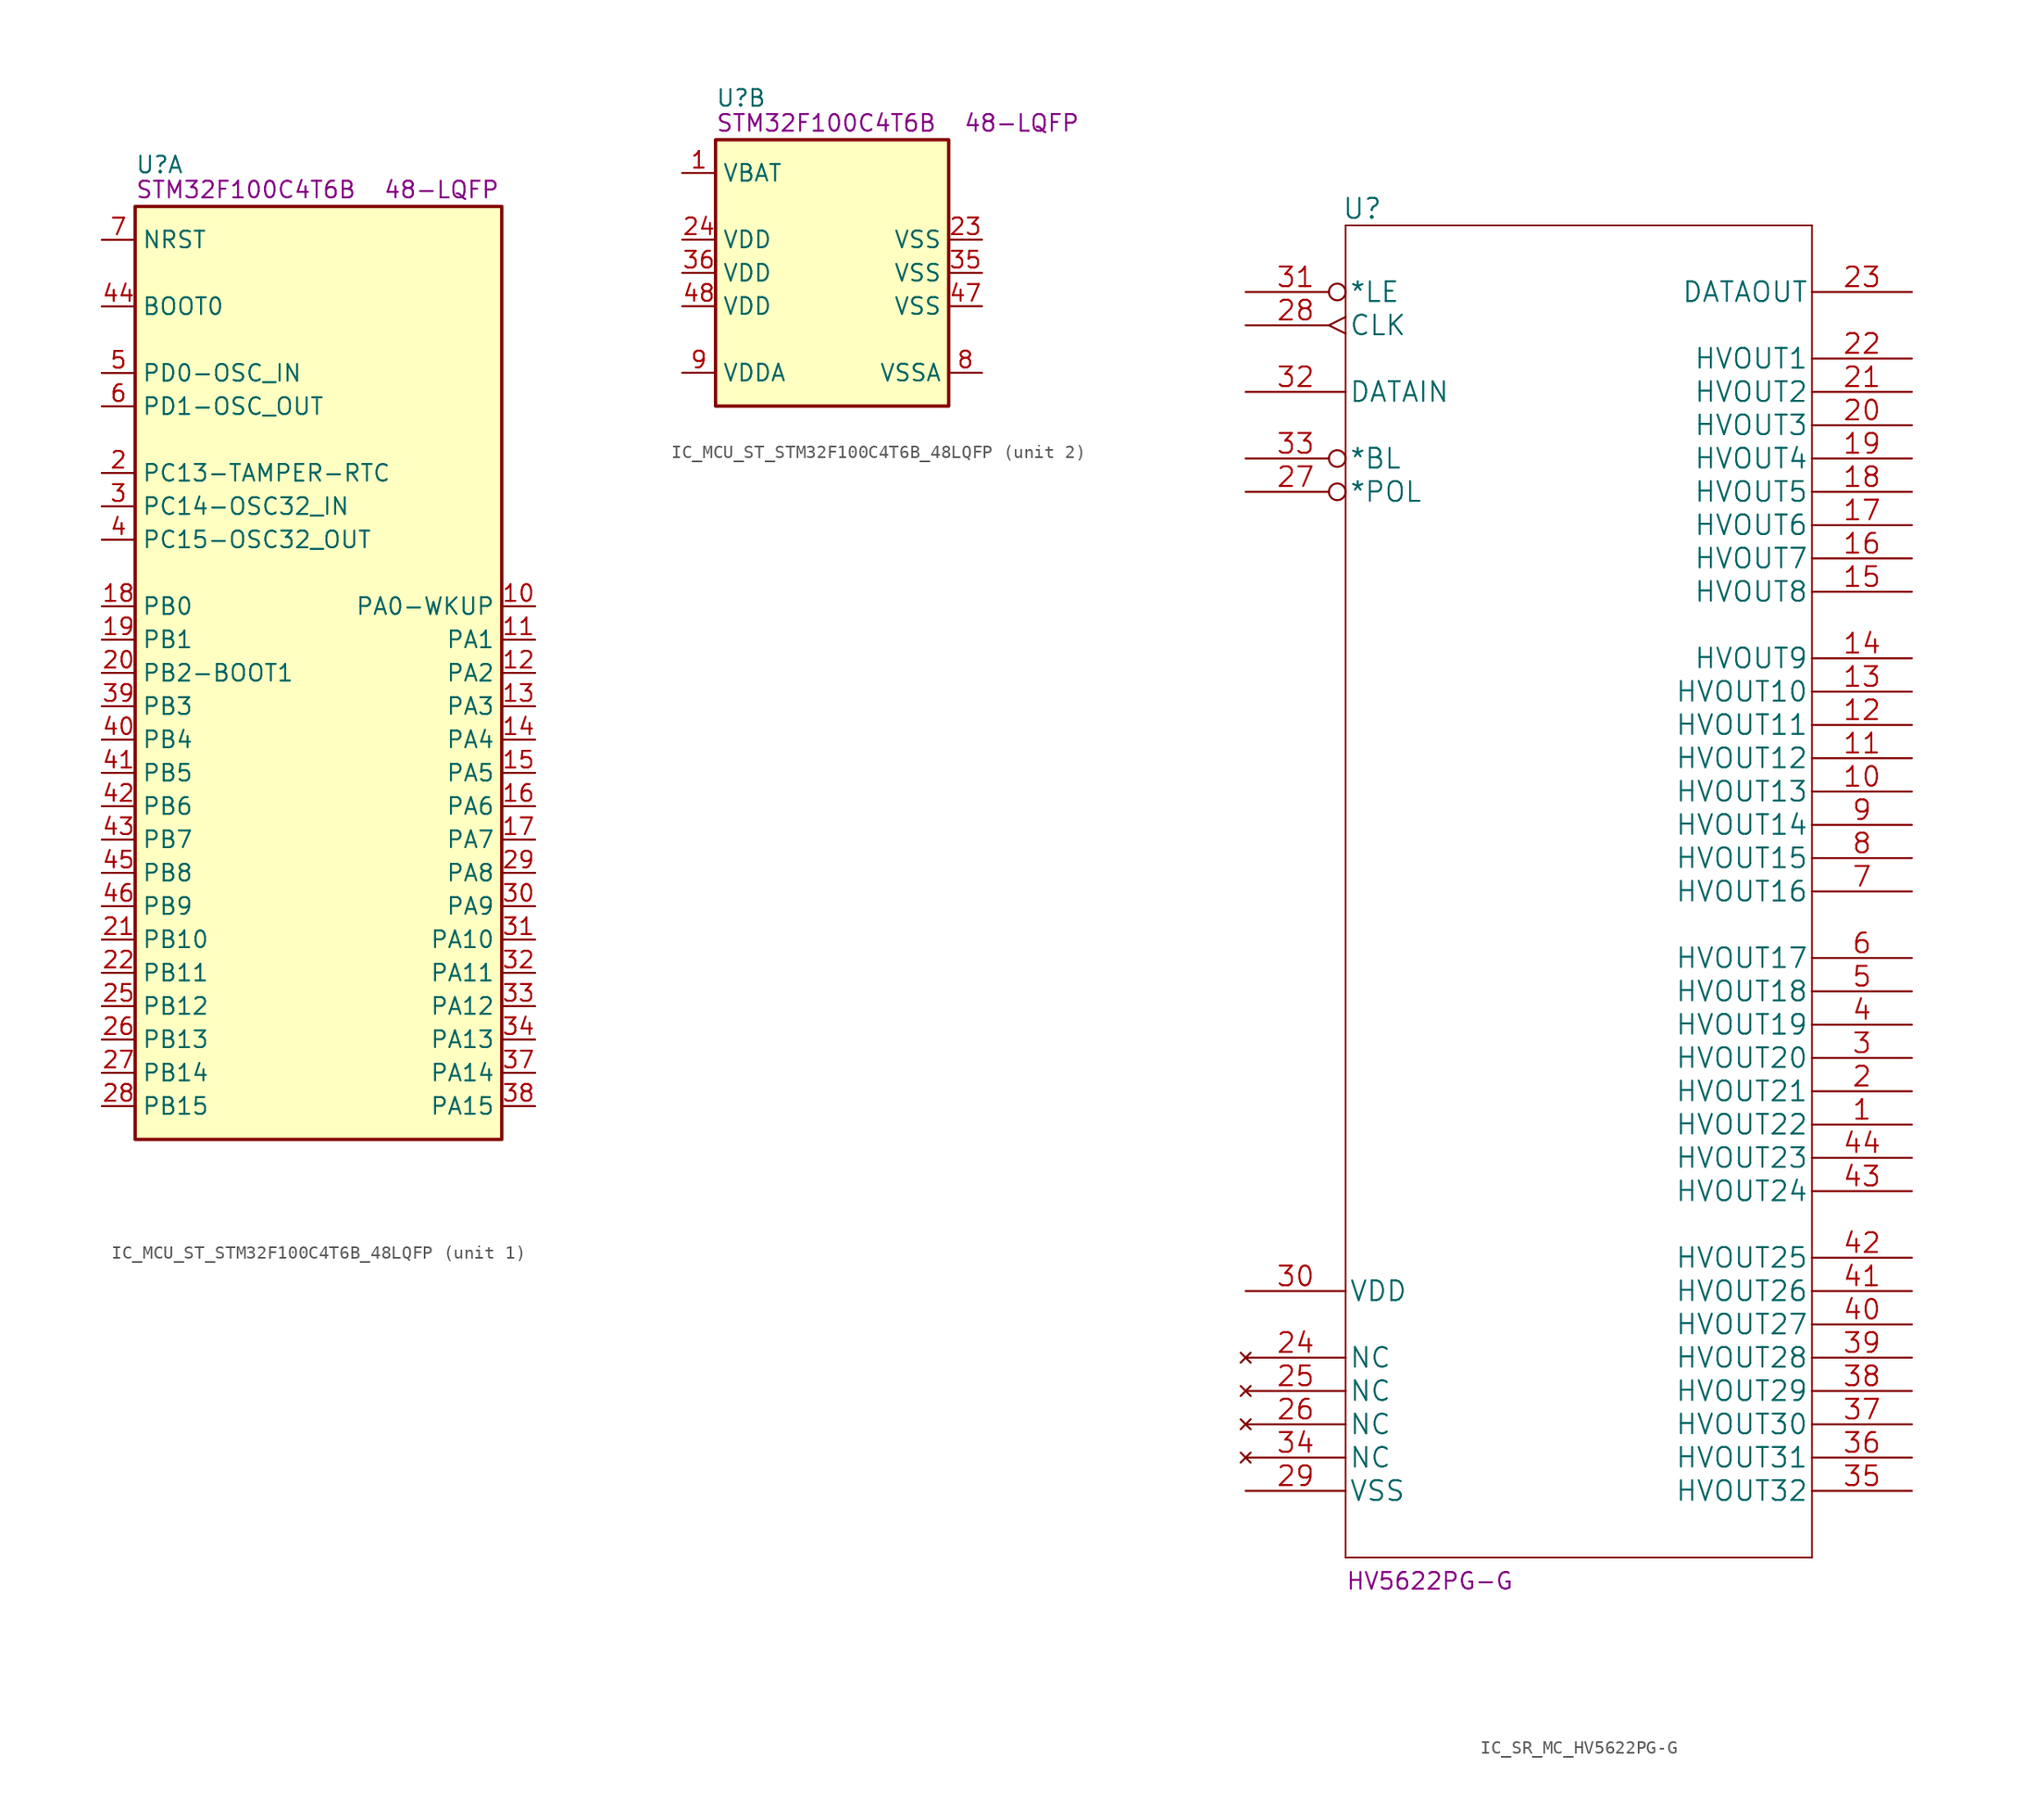
<source format=kicad_sym>
(kicad_symbol_lib
  (version 20211014)
  (generator kicad_symbol_editor)
  (symbol "IC_MCU_ST_STM32F100C4T6B_48LQFP"
    (property "Reference" "U"
      (at 2.54 5.715 0)
      (effects (font (size 1.27 1.27)) (justify left)))
    (property "ManufacturerPN" "STM32F100C4T6B"
      (at 2.54 3.81 0)
      (effects (font (size 1.27 1.27)) (justify left)))
    (property "Package" " 48-LQFP"
      (at 25.4 3.81 0)
      (effects (font (size 1.27 1.27))))
    (property "ki_locked" ""
      (at 0 0 0)
      (effects (font (size 1.27 1.27))))
    (symbol "IC_MCU_ST_STM32F100C4T6B_48LQFP_1_1"
      (rectangle (start 2.54 2.54) (end 30.48 -68.58) (stroke (width 0.254) (type default) (color 0 0 0 0)) (fill (type background)))
      (pin bidirectional line (at 33.02 -27.94 180) (length 2.54) (name "PA0-WKUP" (effects (font (size 1.27 1.27)))) (number "10" (effects (font (size 1.27 1.27)))))
      (pin bidirectional line (at 33.02 -30.48 180) (length 2.54) (name "PA1" (effects (font (size 1.27 1.27)))) (number "11" (effects (font (size 1.27 1.27)))))
      (pin bidirectional line (at 33.02 -33.02 180) (length 2.54) (name "PA2" (effects (font (size 1.27 1.27)))) (number "12" (effects (font (size 1.27 1.27)))))
      (pin bidirectional line (at 33.02 -35.56 180) (length 2.54) (name "PA3" (effects (font (size 1.27 1.27)))) (number "13" (effects (font (size 1.27 1.27)))))
      (pin bidirectional line (at 33.02 -38.1 180) (length 2.54) (name "PA4" (effects (font (size 1.27 1.27)))) (number "14" (effects (font (size 1.27 1.27)))))
      (pin bidirectional line (at 33.02 -40.64 180) (length 2.54) (name "PA5" (effects (font (size 1.27 1.27)))) (number "15" (effects (font (size 1.27 1.27)))))
      (pin bidirectional line (at 33.02 -43.18 180) (length 2.54) (name "PA6" (effects (font (size 1.27 1.27)))) (number "16" (effects (font (size 1.27 1.27)))))
      (pin bidirectional line (at 33.02 -45.72 180) (length 2.54) (name "PA7" (effects (font (size 1.27 1.27)))) (number "17" (effects (font (size 1.27 1.27)))))
      (pin bidirectional line (at 0 -27.94 0) (length 2.54) (name "PB0" (effects (font (size 1.27 1.27)))) (number "18" (effects (font (size 1.27 1.27)))))
      (pin bidirectional line (at 0 -30.48 0) (length 2.54) (name "PB1" (effects (font (size 1.27 1.27)))) (number "19" (effects (font (size 1.27 1.27)))))
      (pin bidirectional line (at 0 -17.78 0) (length 2.54) (name "PC13-TAMPER-RTC" (effects (font (size 1.27 1.27)))) (number "2" (effects (font (size 1.27 1.27)))))
      (pin bidirectional line (at 0 -33.02 0) (length 2.54) (name "PB2-BOOT1" (effects (font (size 1.27 1.27)))) (number "20" (effects (font (size 1.27 1.27)))))
      (pin bidirectional line (at 0 -53.34 0) (length 2.54) (name "PB10" (effects (font (size 1.27 1.27)))) (number "21" (effects (font (size 1.27 1.27)))))
      (pin bidirectional line (at 0 -55.88 0) (length 2.54) (name "PB11" (effects (font (size 1.27 1.27)))) (number "22" (effects (font (size 1.27 1.27)))))
      (pin bidirectional line (at 0 -58.42 0) (length 2.54) (name "PB12" (effects (font (size 1.27 1.27)))) (number "25" (effects (font (size 1.27 1.27)))))
      (pin bidirectional line (at 0 -60.96 0) (length 2.54) (name "PB13" (effects (font (size 1.27 1.27)))) (number "26" (effects (font (size 1.27 1.27)))))
      (pin bidirectional line (at 0 -63.5 0) (length 2.54) (name "PB14" (effects (font (size 1.27 1.27)))) (number "27" (effects (font (size 1.27 1.27)))))
      (pin bidirectional line (at 0 -66.04 0) (length 2.54) (name "PB15" (effects (font (size 1.27 1.27)))) (number "28" (effects (font (size 1.27 1.27)))))
      (pin bidirectional line (at 33.02 -48.26 180) (length 2.54) (name "PA8" (effects (font (size 1.27 1.27)))) (number "29" (effects (font (size 1.27 1.27)))))
      (pin bidirectional line (at 0 -20.32 0) (length 2.54) (name "PC14-OSC32_IN" (effects (font (size 1.27 1.27)))) (number "3" (effects (font (size 1.27 1.27)))))
      (pin bidirectional line (at 33.02 -50.8 180) (length 2.54) (name "PA9" (effects (font (size 1.27 1.27)))) (number "30" (effects (font (size 1.27 1.27)))))
      (pin bidirectional line (at 33.02 -53.34 180) (length 2.54) (name "PA10" (effects (font (size 1.27 1.27)))) (number "31" (effects (font (size 1.27 1.27)))))
      (pin bidirectional line (at 33.02 -55.88 180) (length 2.54) (name "PA11" (effects (font (size 1.27 1.27)))) (number "32" (effects (font (size 1.27 1.27)))))
      (pin bidirectional line (at 33.02 -58.42 180) (length 2.54) (name "PA12" (effects (font (size 1.27 1.27)))) (number "33" (effects (font (size 1.27 1.27)))))
      (pin bidirectional line (at 33.02 -60.96 180) (length 2.54) (name "PA13" (effects (font (size 1.27 1.27)))) (number "34" (effects (font (size 1.27 1.27)))))
      (pin bidirectional line (at 33.02 -63.5 180) (length 2.54) (name "PA14" (effects (font (size 1.27 1.27)))) (number "37" (effects (font (size 1.27 1.27)))))
      (pin bidirectional line (at 33.02 -66.04 180) (length 2.54) (name "PA15" (effects (font (size 1.27 1.27)))) (number "38" (effects (font (size 1.27 1.27)))))
      (pin bidirectional line (at 0 -35.56 0) (length 2.54) (name "PB3" (effects (font (size 1.27 1.27)))) (number "39" (effects (font (size 1.27 1.27)))))
      (pin bidirectional line (at 0 -22.86 0) (length 2.54) (name "PC15-OSC32_OUT" (effects (font (size 1.27 1.27)))) (number "4" (effects (font (size 1.27 1.27)))))
      (pin bidirectional line (at 0 -38.1 0) (length 2.54) (name "PB4" (effects (font (size 1.27 1.27)))) (number "40" (effects (font (size 1.27 1.27)))))
      (pin bidirectional line (at 0 -40.64 0) (length 2.54) (name "PB5" (effects (font (size 1.27 1.27)))) (number "41" (effects (font (size 1.27 1.27)))))
      (pin bidirectional line (at 0 -43.18 0) (length 2.54) (name "PB6" (effects (font (size 1.27 1.27)))) (number "42" (effects (font (size 1.27 1.27)))))
      (pin bidirectional line (at 0 -45.72 0) (length 2.54) (name "PB7" (effects (font (size 1.27 1.27)))) (number "43" (effects (font (size 1.27 1.27)))))
      (pin input line (at 0 -5.08 0) (length 2.54) (name "BOOT0" (effects (font (size 1.27 1.27)))) (number "44" (effects (font (size 1.27 1.27)))))
      (pin bidirectional line (at 0 -48.26 0) (length 2.54) (name "PB8" (effects (font (size 1.27 1.27)))) (number "45" (effects (font (size 1.27 1.27)))))
      (pin bidirectional line (at 0 -50.8 0) (length 2.54) (name "PB9" (effects (font (size 1.27 1.27)))) (number "46" (effects (font (size 1.27 1.27)))))
      (pin input line (at 0 -10.16 0) (length 2.54) (name "PD0-OSC_IN" (effects (font (size 1.27 1.27)))) (number "5" (effects (font (size 1.27 1.27)))))
      (pin input line (at 0 -12.7 0) (length 2.54) (name "PD1-OSC_OUT" (effects (font (size 1.27 1.27)))) (number "6" (effects (font (size 1.27 1.27)))))
      (pin input line (at 0 0 0) (length 2.54) (name "NRST" (effects (font (size 1.27 1.27)))) (number "7" (effects (font (size 1.27 1.27))))))
    (symbol "IC_MCU_ST_STM32F100C4T6B_48LQFP_2_1"
      (rectangle (start 2.54 2.54) (end 20.32 -17.78) (stroke (width 0.254) (type default) (color 0 0 0 0)) (fill (type background)))
      (pin power_in line (at 0 0 0) (length 2.54) (name "VBAT" (effects (font (size 1.27 1.27)))) (number "1" (effects (font (size 1.27 1.27)))))
      (pin power_in line (at 22.86 -5.08 180) (length 2.54) (name "VSS" (effects (font (size 1.27 1.27)))) (number "23" (effects (font (size 1.27 1.27)))))
      (pin power_in line (at 0 -5.08 0) (length 2.54) (name "VDD" (effects (font (size 1.27 1.27)))) (number "24" (effects (font (size 1.27 1.27)))))
      (pin power_in line (at 22.86 -7.62 180) (length 2.54) (name "VSS" (effects (font (size 1.27 1.27)))) (number "35" (effects (font (size 1.27 1.27)))))
      (pin power_in line (at 0 -7.62 0) (length 2.54) (name "VDD" (effects (font (size 1.27 1.27)))) (number "36" (effects (font (size 1.27 1.27)))))
      (pin power_in line (at 22.86 -10.16 180) (length 2.54) (name "VSS" (effects (font (size 1.27 1.27)))) (number "47" (effects (font (size 1.27 1.27)))))
      (pin power_in line (at 0 -10.16 0) (length 2.54) (name "VDD" (effects (font (size 1.27 1.27)))) (number "48" (effects (font (size 1.27 1.27)))))
      (pin power_in line (at 22.86 -15.24 180) (length 2.54) (name "VSSA" (effects (font (size 1.27 1.27)))) (number "8" (effects (font (size 1.27 1.27)))))
      (pin power_in line (at 0 -15.24 0) (length 2.54) (name "VDDA" (effects (font (size 1.27 1.27)))) (number "9" (effects (font (size 1.27 1.27)))))))
  (symbol "IC_SR_MC_HV5622PG-G"
    (pin_names
      (offset 0.254))
    (property "Reference" "U"
      (at 8.89 6.35 0)
      (effects (font (size 1.524 1.524))))
    (property "ManufacturerPN" "HV5622PG-G"
      (at 7.62 -99.06 0)
      (effects (font (size 1.27 1.27)) (justify left bottom)))
    (symbol "IC_SR_MC_HV5622PG-G_1_1"
      (polyline (pts (xy 7.62 -96.52) (xy 43.18 -96.52)) (stroke (width 0.127) (type default) (color 0 0 0 0)) (fill (type none)))
      (polyline (pts (xy 7.62 5.08) (xy 7.62 -96.52)) (stroke (width 0.127) (type default) (color 0 0 0 0)) (fill (type none)))
      (polyline (pts (xy 43.18 -96.52) (xy 43.18 5.08)) (stroke (width 0.127) (type default) (color 0 0 0 0)) (fill (type none)))
      (polyline (pts (xy 43.18 5.08) (xy 7.62 5.08)) (stroke (width 0.127) (type default) (color 0 0 0 0)) (fill (type none)))
      (pin output line (at 50.8 -63.5 180) (length 7.62) (name "HVOUT22" (effects (font (size 1.499 1.499)))) (number "1" (effects (font (size 1.499 1.499)))))
      (pin output line (at 50.8 -38.1 180) (length 7.62) (name "HVOUT13" (effects (font (size 1.499 1.499)))) (number "10" (effects (font (size 1.499 1.499)))))
      (pin output line (at 50.8 -35.56 180) (length 7.62) (name "HVOUT12" (effects (font (size 1.499 1.499)))) (number "11" (effects (font (size 1.499 1.499)))))
      (pin output line (at 50.8 -33.02 180) (length 7.62) (name "HVOUT11" (effects (font (size 1.499 1.499)))) (number "12" (effects (font (size 1.499 1.499)))))
      (pin output line (at 50.8 -30.48 180) (length 7.62) (name "HVOUT10" (effects (font (size 1.499 1.499)))) (number "13" (effects (font (size 1.499 1.499)))))
      (pin output line (at 50.8 -27.94 180) (length 7.62) (name "HVOUT9" (effects (font (size 1.499 1.499)))) (number "14" (effects (font (size 1.499 1.499)))))
      (pin output line (at 50.8 -22.86 180) (length 7.62) (name "HVOUT8" (effects (font (size 1.499 1.499)))) (number "15" (effects (font (size 1.499 1.499)))))
      (pin output line (at 50.8 -20.32 180) (length 7.62) (name "HVOUT7" (effects (font (size 1.499 1.499)))) (number "16" (effects (font (size 1.499 1.499)))))
      (pin output line (at 50.8 -17.78 180) (length 7.62) (name "HVOUT6" (effects (font (size 1.499 1.499)))) (number "17" (effects (font (size 1.499 1.499)))))
      (pin output line (at 50.8 -15.24 180) (length 7.62) (name "HVOUT5" (effects (font (size 1.499 1.499)))) (number "18" (effects (font (size 1.499 1.499)))))
      (pin output line (at 50.8 -12.7 180) (length 7.62) (name "HVOUT4" (effects (font (size 1.499 1.499)))) (number "19" (effects (font (size 1.499 1.499)))))
      (pin output line (at 50.8 -60.96 180) (length 7.62) (name "HVOUT21" (effects (font (size 1.499 1.499)))) (number "2" (effects (font (size 1.499 1.499)))))
      (pin output line (at 50.8 -10.16 180) (length 7.62) (name "HVOUT3" (effects (font (size 1.499 1.499)))) (number "20" (effects (font (size 1.499 1.499)))))
      (pin output line (at 50.8 -7.62 180) (length 7.62) (name "HVOUT2" (effects (font (size 1.499 1.499)))) (number "21" (effects (font (size 1.499 1.499)))))
      (pin output line (at 50.8 -5.08 180) (length 7.62) (name "HVOUT1" (effects (font (size 1.499 1.499)))) (number "22" (effects (font (size 1.499 1.499)))))
      (pin output line (at 50.8 0 180) (length 7.62) (name "DATAOUT" (effects (font (size 1.499 1.499)))) (number "23" (effects (font (size 1.499 1.499)))))
      (pin no_connect line (at 0 -81.28 0) (length 7.62) (name "NC" (effects (font (size 1.499 1.499)))) (number "24" (effects (font (size 1.499 1.499)))))
      (pin no_connect line (at 0 -83.82 0) (length 7.62) (name "NC" (effects (font (size 1.499 1.499)))) (number "25" (effects (font (size 1.499 1.499)))))
      (pin no_connect line (at 0 -86.36 0) (length 7.62) (name "NC" (effects (font (size 1.499 1.499)))) (number "26" (effects (font (size 1.499 1.499)))))
      (pin input inverted (at 0 -15.24 0) (length 7.62) (name "*POL" (effects (font (size 1.499 1.499)))) (number "27" (effects (font (size 1.499 1.499)))))
      (pin input edge_clock_high (at 0 -2.54 0) (length 7.62) (name "CLK" (effects (font (size 1.499 1.499)))) (number "28" (effects (font (size 1.499 1.499)))))
      (pin power_in line (at 0 -91.44 0) (length 7.62) (name "VSS" (effects (font (size 1.499 1.499)))) (number "29" (effects (font (size 1.499 1.499)))))
      (pin output line (at 50.8 -58.42 180) (length 7.62) (name "HVOUT20" (effects (font (size 1.499 1.499)))) (number "3" (effects (font (size 1.499 1.499)))))
      (pin power_in line (at 0 -76.2 0) (length 7.62) (name "VDD" (effects (font (size 1.499 1.499)))) (number "30" (effects (font (size 1.499 1.499)))))
      (pin input inverted (at 0 0 0) (length 7.62) (name "*LE" (effects (font (size 1.499 1.499)))) (number "31" (effects (font (size 1.499 1.499)))))
      (pin input line (at 0 -7.62 0) (length 7.62) (name "DATAIN" (effects (font (size 1.499 1.499)))) (number "32" (effects (font (size 1.499 1.499)))))
      (pin input inverted (at 0 -12.7 0) (length 7.62) (name "*BL" (effects (font (size 1.499 1.499)))) (number "33" (effects (font (size 1.499 1.499)))))
      (pin no_connect line (at 0 -88.9 0) (length 7.62) (name "NC" (effects (font (size 1.499 1.499)))) (number "34" (effects (font (size 1.499 1.499)))))
      (pin output line (at 50.8 -91.44 180) (length 7.62) (name "HVOUT32" (effects (font (size 1.499 1.499)))) (number "35" (effects (font (size 1.499 1.499)))))
      (pin output line (at 50.8 -88.9 180) (length 7.62) (name "HVOUT31" (effects (font (size 1.499 1.499)))) (number "36" (effects (font (size 1.499 1.499)))))
      (pin output line (at 50.8 -86.36 180) (length 7.62) (name "HVOUT30" (effects (font (size 1.499 1.499)))) (number "37" (effects (font (size 1.499 1.499)))))
      (pin output line (at 50.8 -83.82 180) (length 7.62) (name "HVOUT29" (effects (font (size 1.499 1.499)))) (number "38" (effects (font (size 1.499 1.499)))))
      (pin output line (at 50.8 -81.28 180) (length 7.62) (name "HVOUT28" (effects (font (size 1.499 1.499)))) (number "39" (effects (font (size 1.499 1.499)))))
      (pin output line (at 50.8 -55.88 180) (length 7.62) (name "HVOUT19" (effects (font (size 1.499 1.499)))) (number "4" (effects (font (size 1.499 1.499)))))
      (pin output line (at 50.8 -78.74 180) (length 7.62) (name "HVOUT27" (effects (font (size 1.499 1.499)))) (number "40" (effects (font (size 1.499 1.499)))))
      (pin output line (at 50.8 -76.2 180) (length 7.62) (name "HVOUT26" (effects (font (size 1.499 1.499)))) (number "41" (effects (font (size 1.499 1.499)))))
      (pin output line (at 50.8 -73.66 180) (length 7.62) (name "HVOUT25" (effects (font (size 1.499 1.499)))) (number "42" (effects (font (size 1.499 1.499)))))
      (pin output line (at 50.8 -68.58 180) (length 7.62) (name "HVOUT24" (effects (font (size 1.499 1.499)))) (number "43" (effects (font (size 1.499 1.499)))))
      (pin output line (at 50.8 -66.04 180) (length 7.62) (name "HVOUT23" (effects (font (size 1.499 1.499)))) (number "44" (effects (font (size 1.499 1.499)))))
      (pin output line (at 50.8 -53.34 180) (length 7.62) (name "HVOUT18" (effects (font (size 1.499 1.499)))) (number "5" (effects (font (size 1.499 1.499)))))
      (pin output line (at 50.8 -50.8 180) (length 7.62) (name "HVOUT17" (effects (font (size 1.499 1.499)))) (number "6" (effects (font (size 1.499 1.499)))))
      (pin output line (at 50.8 -45.72 180) (length 7.62) (name "HVOUT16" (effects (font (size 1.499 1.499)))) (number "7" (effects (font (size 1.499 1.499)))))
      (pin output line (at 50.8 -43.18 180) (length 7.62) (name "HVOUT15" (effects (font (size 1.499 1.499)))) (number "8" (effects (font (size 1.499 1.499)))))
      (pin output line (at 50.8 -40.64 180) (length 7.62) (name "HVOUT14" (effects (font (size 1.499 1.499)))) (number "9" (effects (font (size 1.499 1.499))))))))
</source>
